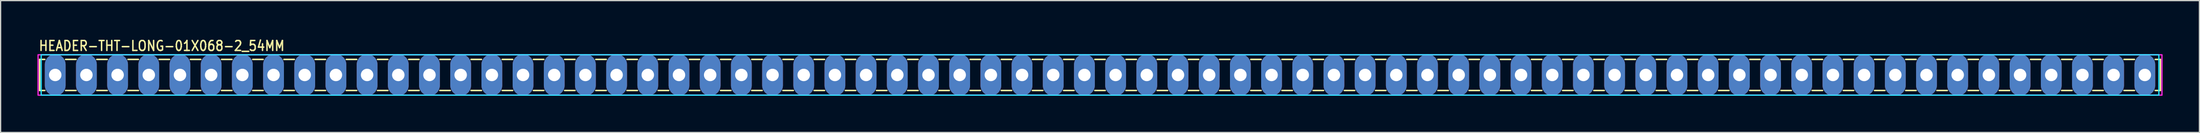
<source format=kicad_pcb>
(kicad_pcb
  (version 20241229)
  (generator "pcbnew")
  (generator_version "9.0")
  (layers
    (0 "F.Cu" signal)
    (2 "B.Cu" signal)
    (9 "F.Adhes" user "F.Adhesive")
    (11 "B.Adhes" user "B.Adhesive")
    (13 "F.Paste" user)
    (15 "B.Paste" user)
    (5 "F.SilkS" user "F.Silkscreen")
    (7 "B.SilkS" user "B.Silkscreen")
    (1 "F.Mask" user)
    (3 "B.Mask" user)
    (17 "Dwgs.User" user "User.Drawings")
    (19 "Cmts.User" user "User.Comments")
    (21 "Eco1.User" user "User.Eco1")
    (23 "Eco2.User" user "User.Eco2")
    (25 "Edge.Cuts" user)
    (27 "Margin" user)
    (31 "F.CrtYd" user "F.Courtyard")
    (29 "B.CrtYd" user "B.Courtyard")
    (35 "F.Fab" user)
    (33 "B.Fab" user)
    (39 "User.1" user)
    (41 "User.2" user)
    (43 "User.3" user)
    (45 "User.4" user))
  (footprint "HEADER-THT-LONG-01X068-2_54MM"
    (layer "F.Cu")
    (at 1.447 3.079)
    (property "Reference" "HEADER-THT-LONG-01X068-2_54MM" (at -1.4 -1.9 0) (unlocked yes) (layer "F.SilkS") (effects (font (size 0.813 0.695) (thickness 0.122)) (justify left bottom)))
    (fp_line (start -1.27 -1.27) (end -1.27 1.27) (stroke (width 0.127) (type solid)) (layer "F.SilkS"))
    (fp_line (start -1.27 1.27) (end -0.85 1.27) (stroke (width 0.127) (type solid)) (layer "F.SilkS"))
    (fp_line (start -0.85 -1.27) (end -1.27 -1.27) (stroke (width 0.127) (type solid)) (layer "F.SilkS"))
    (fp_line (start 0.85 -1.27) (end 1.69 -1.27) (stroke (width 0.127) (type solid)) (layer "F.SilkS"))
    (fp_line (start 0.85 1.27) (end 1.69 1.27) (stroke (width 0.127) (type solid)) (layer "F.SilkS"))
    (fp_line (start 3.39 -1.27) (end 4.23 -1.27) (stroke (width 0.127) (type solid)) (layer "F.SilkS"))
    (fp_line (start 3.39 1.27) (end 4.23 1.27) (stroke (width 0.127) (type solid)) (layer "F.SilkS"))
    (fp_line (start 5.93 -1.27) (end 6.77 -1.27) (stroke (width 0.127) (type solid)) (layer "F.SilkS"))
    (fp_line (start 5.93 1.27) (end 6.77 1.27) (stroke (width 0.127) (type solid)) (layer "F.SilkS"))
    (fp_line (start 8.47 -1.27) (end 9.31 -1.27) (stroke (width 0.127) (type solid)) (layer "F.SilkS"))
    (fp_line (start 8.47 1.27) (end 9.31 1.27) (stroke (width 0.127) (type solid)) (layer "F.SilkS"))
    (fp_line (start 11.01 -1.27) (end 11.85 -1.27) (stroke (width 0.127) (type solid)) (layer "F.SilkS"))
    (fp_line (start 11.01 1.27) (end 11.85 1.27) (stroke (width 0.127) (type solid)) (layer "F.SilkS"))
    (fp_line (start 13.55 -1.27) (end 14.39 -1.27) (stroke (width 0.127) (type solid)) (layer "F.SilkS"))
    (fp_line (start 13.55 1.27) (end 14.39 1.27) (stroke (width 0.127) (type solid)) (layer "F.SilkS"))
    (fp_line (start 16.09 -1.27) (end 16.93 -1.27) (stroke (width 0.127) (type solid)) (layer "F.SilkS"))
    (fp_line (start 16.09 1.27) (end 16.93 1.27) (stroke (width 0.127) (type solid)) (layer "F.SilkS"))
    (fp_line (start 18.63 -1.27) (end 19.47 -1.27) (stroke (width 0.127) (type solid)) (layer "F.SilkS"))
    (fp_line (start 18.63 1.27) (end 19.47 1.27) (stroke (width 0.127) (type solid)) (layer "F.SilkS"))
    (fp_line (start 21.17 -1.27) (end 22.01 -1.27) (stroke (width 0.127) (type solid)) (layer "F.SilkS"))
    (fp_line (start 21.17 1.27) (end 22.01 1.27) (stroke (width 0.127) (type solid)) (layer "F.SilkS"))
    (fp_line (start 23.71 -1.27) (end 24.55 -1.27) (stroke (width 0.127) (type solid)) (layer "F.SilkS"))
    (fp_line (start 23.71 1.27) (end 24.55 1.27) (stroke (width 0.127) (type solid)) (layer "F.SilkS"))
    (fp_line (start 26.25 -1.27) (end 27.09 -1.27) (stroke (width 0.127) (type solid)) (layer "F.SilkS"))
    (fp_line (start 26.25 1.27) (end 27.09 1.27) (stroke (width 0.127) (type solid)) (layer "F.SilkS"))
    (fp_line (start 28.79 -1.27) (end 29.63 -1.27) (stroke (width 0.127) (type solid)) (layer "F.SilkS"))
    (fp_line (start 28.79 1.27) (end 29.63 1.27) (stroke (width 0.127) (type solid)) (layer "F.SilkS"))
    (fp_line (start 31.33 -1.27) (end 32.17 -1.27) (stroke (width 0.127) (type solid)) (layer "F.SilkS"))
    (fp_line (start 31.33 1.27) (end 32.17 1.27) (stroke (width 0.127) (type solid)) (layer "F.SilkS"))
    (fp_line (start 33.87 -1.27) (end 34.71 -1.27) (stroke (width 0.127) (type solid)) (layer "F.SilkS"))
    (fp_line (start 33.87 1.27) (end 34.71 1.27) (stroke (width 0.127) (type solid)) (layer "F.SilkS"))
    (fp_line (start 36.41 -1.27) (end 37.25 -1.27) (stroke (width 0.127) (type solid)) (layer "F.SilkS"))
    (fp_line (start 36.41 1.27) (end 37.25 1.27) (stroke (width 0.127) (type solid)) (layer "F.SilkS"))
    (fp_line (start 38.95 -1.27) (end 39.79 -1.27) (stroke (width 0.127) (type solid)) (layer "F.SilkS"))
    (fp_line (start 38.95 1.27) (end 39.79 1.27) (stroke (width 0.127) (type solid)) (layer "F.SilkS"))
    (fp_line (start 41.49 -1.27) (end 42.33 -1.27) (stroke (width 0.127) (type solid)) (layer "F.SilkS"))
    (fp_line (start 41.49 1.27) (end 42.33 1.27) (stroke (width 0.127) (type solid)) (layer "F.SilkS"))
    (fp_line (start 44.03 -1.27) (end 44.87 -1.27) (stroke (width 0.127) (type solid)) (layer "F.SilkS"))
    (fp_line (start 44.03 1.27) (end 44.87 1.27) (stroke (width 0.127) (type solid)) (layer "F.SilkS"))
    (fp_line (start 46.57 -1.27) (end 47.41 -1.27) (stroke (width 0.127) (type solid)) (layer "F.SilkS"))
    (fp_line (start 46.57 1.27) (end 47.41 1.27) (stroke (width 0.127) (type solid)) (layer "F.SilkS"))
    (fp_line (start 49.11 -1.27) (end 49.95 -1.27) (stroke (width 0.127) (type solid)) (layer "F.SilkS"))
    (fp_line (start 49.11 1.27) (end 49.95 1.27) (stroke (width 0.127) (type solid)) (layer "F.SilkS"))
    (fp_line (start 51.65 -1.27) (end 52.49 -1.27) (stroke (width 0.127) (type solid)) (layer "F.SilkS"))
    (fp_line (start 51.65 1.27) (end 52.49 1.27) (stroke (width 0.127) (type solid)) (layer "F.SilkS"))
    (fp_line (start 54.19 -1.27) (end 55.03 -1.27) (stroke (width 0.127) (type solid)) (layer "F.SilkS"))
    (fp_line (start 54.19 1.27) (end 55.03 1.27) (stroke (width 0.127) (type solid)) (layer "F.SilkS"))
    (fp_line (start 56.73 -1.27) (end 57.57 -1.27) (stroke (width 0.127) (type solid)) (layer "F.SilkS"))
    (fp_line (start 56.73 1.27) (end 57.57 1.27) (stroke (width 0.127) (type solid)) (layer "F.SilkS"))
    (fp_line (start 59.27 -1.27) (end 60.11 -1.27) (stroke (width 0.127) (type solid)) (layer "F.SilkS"))
    (fp_line (start 59.27 1.27) (end 60.11 1.27) (stroke (width 0.127) (type solid)) (layer "F.SilkS"))
    (fp_line (start 61.81 -1.27) (end 62.65 -1.27) (stroke (width 0.127) (type solid)) (layer "F.SilkS"))
    (fp_line (start 61.81 1.27) (end 62.65 1.27) (stroke (width 0.127) (type solid)) (layer "F.SilkS"))
    (fp_line (start 64.35 -1.27) (end 65.19 -1.27) (stroke (width 0.127) (type solid)) (layer "F.SilkS"))
    (fp_line (start 64.35 1.27) (end 65.19 1.27) (stroke (width 0.127) (type solid)) (layer "F.SilkS"))
    (fp_line (start 66.89 -1.27) (end 67.73 -1.27) (stroke (width 0.127) (type solid)) (layer "F.SilkS"))
    (fp_line (start 66.89 1.27) (end 67.73 1.27) (stroke (width 0.127) (type solid)) (layer "F.SilkS"))
    (fp_line (start 69.43 -1.27) (end 70.27 -1.27) (stroke (width 0.127) (type solid)) (layer "F.SilkS"))
    (fp_line (start 69.43 1.27) (end 70.27 1.27) (stroke (width 0.127) (type solid)) (layer "F.SilkS"))
    (fp_line (start 71.97 -1.27) (end 72.81 -1.27) (stroke (width 0.127) (type solid)) (layer "F.SilkS"))
    (fp_line (start 71.97 1.27) (end 72.81 1.27) (stroke (width 0.127) (type solid)) (layer "F.SilkS"))
    (fp_line (start 74.51 -1.27) (end 75.35 -1.27) (stroke (width 0.127) (type solid)) (layer "F.SilkS"))
    (fp_line (start 74.51 1.27) (end 75.35 1.27) (stroke (width 0.127) (type solid)) (layer "F.SilkS"))
    (fp_line (start 77.05 -1.27) (end 77.89 -1.27) (stroke (width 0.127) (type solid)) (layer "F.SilkS"))
    (fp_line (start 77.05 1.27) (end 77.89 1.27) (stroke (width 0.127) (type solid)) (layer "F.SilkS"))
    (fp_line (start 79.59 -1.27) (end 80.43 -1.27) (stroke (width 0.127) (type solid)) (layer "F.SilkS"))
    (fp_line (start 79.59 1.27) (end 80.43 1.27) (stroke (width 0.127) (type solid)) (layer "F.SilkS"))
    (fp_line (start 82.13 -1.27) (end 82.97 -1.27) (stroke (width 0.127) (type solid)) (layer "F.SilkS"))
    (fp_line (start 82.13 1.27) (end 82.97 1.27) (stroke (width 0.127) (type solid)) (layer "F.SilkS"))
    (fp_line (start 84.67 -1.27) (end 85.51 -1.27) (stroke (width 0.127) (type solid)) (layer "F.SilkS"))
    (fp_line (start 84.67 1.27) (end 85.51 1.27) (stroke (width 0.127) (type solid)) (layer "F.SilkS"))
    (fp_line (start 87.21 -1.27) (end 88.05 -1.27) (stroke (width 0.127) (type solid)) (layer "F.SilkS"))
    (fp_line (start 87.21 1.27) (end 88.05 1.27) (stroke (width 0.127) (type solid)) (layer "F.SilkS"))
    (fp_line (start 89.75 -1.27) (end 90.59 -1.27) (stroke (width 0.127) (type solid)) (layer "F.SilkS"))
    (fp_line (start 89.75 1.27) (end 90.59 1.27) (stroke (width 0.127) (type solid)) (layer "F.SilkS"))
    (fp_line (start 92.29 -1.27) (end 93.13 -1.27) (stroke (width 0.127) (type solid)) (layer "F.SilkS"))
    (fp_line (start 92.29 1.27) (end 93.13 1.27) (stroke (width 0.127) (type solid)) (layer "F.SilkS"))
    (fp_line (start 94.83 -1.27) (end 95.67 -1.27) (stroke (width 0.127) (type solid)) (layer "F.SilkS"))
    (fp_line (start 94.83 1.27) (end 95.67 1.27) (stroke (width 0.127) (type solid)) (layer "F.SilkS"))
    (fp_line (start 97.37 -1.27) (end 98.21 -1.27) (stroke (width 0.127) (type solid)) (layer "F.SilkS"))
    (fp_line (start 97.37 1.27) (end 98.21 1.27) (stroke (width 0.127) (type solid)) (layer "F.SilkS"))
    (fp_line (start 99.91 -1.27) (end 100.75 -1.27) (stroke (width 0.127) (type solid)) (layer "F.SilkS"))
    (fp_line (start 99.91 1.27) (end 100.75 1.27) (stroke (width 0.127) (type solid)) (layer "F.SilkS"))
    (fp_line (start 102.45 -1.27) (end 103.29 -1.27) (stroke (width 0.127) (type solid)) (layer "F.SilkS"))
    (fp_line (start 102.45 1.27) (end 103.29 1.27) (stroke (width 0.127) (type solid)) (layer "F.SilkS"))
    (fp_line (start 104.99 -1.27) (end 105.83 -1.27) (stroke (width 0.127) (type solid)) (layer "F.SilkS"))
    (fp_line (start 104.99 1.27) (end 105.83 1.27) (stroke (width 0.127) (type solid)) (layer "F.SilkS"))
    (fp_line (start 107.53 -1.27) (end 108.37 -1.27) (stroke (width 0.127) (type solid)) (layer "F.SilkS"))
    (fp_line (start 107.53 1.27) (end 108.37 1.27) (stroke (width 0.127) (type solid)) (layer "F.SilkS"))
    (fp_line (start 110.07 -1.27) (end 110.91 -1.27) (stroke (width 0.127) (type solid)) (layer "F.SilkS"))
    (fp_line (start 110.07 1.27) (end 110.91 1.27) (stroke (width 0.127) (type solid)) (layer "F.SilkS"))
    (fp_line (start 112.61 -1.27) (end 113.45 -1.27) (stroke (width 0.127) (type solid)) (layer "F.SilkS"))
    (fp_line (start 112.61 1.27) (end 113.45 1.27) (stroke (width 0.127) (type solid)) (layer "F.SilkS"))
    (fp_line (start 115.15 -1.27) (end 115.99 -1.27) (stroke (width 0.127) (type solid)) (layer "F.SilkS"))
    (fp_line (start 115.15 1.27) (end 115.99 1.27) (stroke (width 0.127) (type solid)) (layer "F.SilkS"))
    (fp_line (start 117.69 -1.27) (end 118.53 -1.27) (stroke (width 0.127) (type solid)) (layer "F.SilkS"))
    (fp_line (start 117.69 1.27) (end 118.53 1.27) (stroke (width 0.127) (type solid)) (layer "F.SilkS"))
    (fp_line (start 120.23 -1.27) (end 121.07 -1.27) (stroke (width 0.127) (type solid)) (layer "F.SilkS"))
    (fp_line (start 120.23 1.27) (end 121.07 1.27) (stroke (width 0.127) (type solid)) (layer "F.SilkS"))
    (fp_line (start 122.77 -1.27) (end 123.61 -1.27) (stroke (width 0.127) (type solid)) (layer "F.SilkS"))
    (fp_line (start 122.77 1.27) (end 123.61 1.27) (stroke (width 0.127) (type solid)) (layer "F.SilkS"))
    (fp_line (start 125.31 -1.27) (end 126.15 -1.27) (stroke (width 0.127) (type solid)) (layer "F.SilkS"))
    (fp_line (start 125.31 1.27) (end 126.15 1.27) (stroke (width 0.127) (type solid)) (layer "F.SilkS"))
    (fp_line (start 127.85 -1.27) (end 128.69 -1.27) (stroke (width 0.127) (type solid)) (layer "F.SilkS"))
    (fp_line (start 127.85 1.27) (end 128.69 1.27) (stroke (width 0.127) (type solid)) (layer "F.SilkS"))
    (fp_line (start 130.39 -1.27) (end 131.23 -1.27) (stroke (width 0.127) (type solid)) (layer "F.SilkS"))
    (fp_line (start 130.39 1.27) (end 131.23 1.27) (stroke (width 0.127) (type solid)) (layer "F.SilkS"))
    (fp_line (start 132.93 -1.27) (end 133.77 -1.27) (stroke (width 0.127) (type solid)) (layer "F.SilkS"))
    (fp_line (start 132.93 1.27) (end 133.77 1.27) (stroke (width 0.127) (type solid)) (layer "F.SilkS"))
    (fp_line (start 135.47 -1.27) (end 136.31 -1.27) (stroke (width 0.127) (type solid)) (layer "F.SilkS"))
    (fp_line (start 135.47 1.27) (end 136.31 1.27) (stroke (width 0.127) (type solid)) (layer "F.SilkS"))
    (fp_line (start 138.01 -1.27) (end 138.85 -1.27) (stroke (width 0.127) (type solid)) (layer "F.SilkS"))
    (fp_line (start 138.01 1.27) (end 138.85 1.27) (stroke (width 0.127) (type solid)) (layer "F.SilkS"))
    (fp_line (start 140.55 -1.27) (end 141.39 -1.27) (stroke (width 0.127) (type solid)) (layer "F.SilkS"))
    (fp_line (start 140.55 1.27) (end 141.39 1.27) (stroke (width 0.127) (type solid)) (layer "F.SilkS"))
    (fp_line (start 143.09 -1.27) (end 143.93 -1.27) (stroke (width 0.127) (type solid)) (layer "F.SilkS"))
    (fp_line (start 143.09 1.27) (end 143.93 1.27) (stroke (width 0.127) (type solid)) (layer "F.SilkS"))
    (fp_line (start 145.63 -1.27) (end 146.47 -1.27) (stroke (width 0.127) (type solid)) (layer "F.SilkS"))
    (fp_line (start 145.63 1.27) (end 146.47 1.27) (stroke (width 0.127) (type solid)) (layer "F.SilkS"))
    (fp_line (start 148.17 -1.27) (end 149.01 -1.27) (stroke (width 0.127) (type solid)) (layer "F.SilkS"))
    (fp_line (start 148.17 1.27) (end 149.01 1.27) (stroke (width 0.127) (type solid)) (layer "F.SilkS"))
    (fp_line (start 150.71 -1.27) (end 151.55 -1.27) (stroke (width 0.127) (type solid)) (layer "F.SilkS"))
    (fp_line (start 150.71 1.27) (end 151.55 1.27) (stroke (width 0.127) (type solid)) (layer "F.SilkS"))
    (fp_line (start 153.25 -1.27) (end 154.09 -1.27) (stroke (width 0.127) (type solid)) (layer "F.SilkS"))
    (fp_line (start 153.25 1.27) (end 154.09 1.27) (stroke (width 0.127) (type solid)) (layer "F.SilkS"))
    (fp_line (start 155.79 -1.27) (end 156.63 -1.27) (stroke (width 0.127) (type solid)) (layer "F.SilkS"))
    (fp_line (start 155.79 1.27) (end 156.63 1.27) (stroke (width 0.127) (type solid)) (layer "F.SilkS"))
    (fp_line (start 158.33 -1.27) (end 159.17 -1.27) (stroke (width 0.127) (type solid)) (layer "F.SilkS"))
    (fp_line (start 158.33 1.27) (end 159.17 1.27) (stroke (width 0.127) (type solid)) (layer "F.SilkS"))
    (fp_line (start 160.87 -1.27) (end 161.71 -1.27) (stroke (width 0.127) (type solid)) (layer "F.SilkS"))
    (fp_line (start 160.87 1.27) (end 161.71 1.27) (stroke (width 0.127) (type solid)) (layer "F.SilkS"))
    (fp_line (start 163.41 -1.27) (end 164.25 -1.27) (stroke (width 0.127) (type solid)) (layer "F.SilkS"))
    (fp_line (start 163.41 1.27) (end 164.25 1.27) (stroke (width 0.127) (type solid)) (layer "F.SilkS"))
    (fp_line (start 165.95 -1.27) (end 166.79 -1.27) (stroke (width 0.127) (type solid)) (layer "F.SilkS"))
    (fp_line (start 165.95 1.27) (end 166.79 1.27) (stroke (width 0.127) (type solid)) (layer "F.SilkS"))
    (fp_line (start 168.49 -1.27) (end 169.33 -1.27) (stroke (width 0.127) (type solid)) (layer "F.SilkS"))
    (fp_line (start 168.49 1.27) (end 169.33 1.27) (stroke (width 0.127) (type solid)) (layer "F.SilkS"))
    (fp_line (start 171.03 -1.27) (end 171.45 -1.27) (stroke (width 0.127) (type solid)) (layer "F.SilkS"))
    (fp_line (start 171.45 -1.27) (end 171.45 1.27) (stroke (width 0.127) (type solid)) (layer "F.SilkS"))
    (fp_line (start 171.45 1.27) (end 171.03 1.27) (stroke (width 0.127) (type solid)) (layer "F.SilkS"))
    (fp_poly (pts (xy -1.143 -1.651) (xy 171.323 -1.651) (xy 171.323 1.651) (xy -1.143 1.651)) (stroke (width 0.1) (type solid)) (fill no) (layer "B.CrtYd"))
    (fp_poly (pts (xy -1.397 -1.651) (xy 171.577 -1.651) (xy 171.577 1.651) (xy -1.397 1.651)) (stroke (width 0.1) (type solid)) (fill no) (layer "F.CrtYd"))
    (pad "1" thru_hole oval (at 0 0 90) (size 3.387 1.693) (drill 1.016) (layers "*.Cu" "*.Mask"))
    (pad "2" thru_hole oval (at 2.54 0 90) (size 3.387 1.693) (drill 1.016) (layers "*.Cu" "*.Mask"))
    (pad "3" thru_hole oval (at 5.08 0 90) (size 3.387 1.693) (drill 1.016) (layers "*.Cu" "*.Mask"))
    (pad "4" thru_hole oval (at 7.62 0 90) (size 3.387 1.693) (drill 1.016) (layers "*.Cu" "*.Mask"))
    (pad "5" thru_hole oval (at 10.16 0 90) (size 3.387 1.693) (drill 1.016) (layers "*.Cu" "*.Mask"))
    (pad "6" thru_hole oval (at 12.7 0 90) (size 3.387 1.693) (drill 1.016) (layers "*.Cu" "*.Mask"))
    (pad "7" thru_hole oval (at 15.24 0 90) (size 3.387 1.693) (drill 1.016) (layers "*.Cu" "*.Mask"))
    (pad "8" thru_hole oval (at 17.78 0 90) (size 3.387 1.693) (drill 1.016) (layers "*.Cu" "*.Mask"))
    (pad "9" thru_hole oval (at 20.32 0 90) (size 3.387 1.693) (drill 1.016) (layers "*.Cu" "*.Mask"))
    (pad "10" thru_hole oval (at 22.86 0 90) (size 3.387 1.693) (drill 1.016) (layers "*.Cu" "*.Mask"))
    (pad "11" thru_hole oval (at 25.4 0 90) (size 3.387 1.693) (drill 1.016) (layers "*.Cu" "*.Mask"))
    (pad "12" thru_hole oval (at 27.94 0 90) (size 3.387 1.693) (drill 1.016) (layers "*.Cu" "*.Mask"))
    (pad "13" thru_hole oval (at 30.48 0 90) (size 3.387 1.693) (drill 1.016) (layers "*.Cu" "*.Mask"))
    (pad "14" thru_hole oval (at 33.02 0 90) (size 3.387 1.693) (drill 1.016) (layers "*.Cu" "*.Mask"))
    (pad "15" thru_hole oval (at 35.56 0 90) (size 3.387 1.693) (drill 1.016) (layers "*.Cu" "*.Mask"))
    (pad "16" thru_hole oval (at 38.1 0 90) (size 3.387 1.693) (drill 1.016) (layers "*.Cu" "*.Mask"))
    (pad "17" thru_hole oval (at 40.64 0 90) (size 3.387 1.693) (drill 1.016) (layers "*.Cu" "*.Mask"))
    (pad "18" thru_hole oval (at 43.18 0 90) (size 3.387 1.693) (drill 1.016) (layers "*.Cu" "*.Mask"))
    (pad "19" thru_hole oval (at 45.72 0 90) (size 3.387 1.693) (drill 1.016) (layers "*.Cu" "*.Mask"))
    (pad "20" thru_hole oval (at 48.26 0 90) (size 3.387 1.693) (drill 1.016) (layers "*.Cu" "*.Mask"))
    (pad "21" thru_hole oval (at 50.8 0 90) (size 3.387 1.693) (drill 1.016) (layers "*.Cu" "*.Mask"))
    (pad "22" thru_hole oval (at 53.34 0 90) (size 3.387 1.693) (drill 1.016) (layers "*.Cu" "*.Mask"))
    (pad "23" thru_hole oval (at 55.88 0 90) (size 3.387 1.693) (drill 1.016) (layers "*.Cu" "*.Mask"))
    (pad "24" thru_hole oval (at 58.42 0 90) (size 3.387 1.693) (drill 1.016) (layers "*.Cu" "*.Mask"))
    (pad "25" thru_hole oval (at 60.96 0 90) (size 3.387 1.693) (drill 1.016) (layers "*.Cu" "*.Mask"))
    (pad "26" thru_hole oval (at 63.5 0 90) (size 3.387 1.693) (drill 1.016) (layers "*.Cu" "*.Mask"))
    (pad "27" thru_hole oval (at 66.04 0 90) (size 3.387 1.693) (drill 1.016) (layers "*.Cu" "*.Mask"))
    (pad "28" thru_hole oval (at 68.58 0 90) (size 3.387 1.693) (drill 1.016) (layers "*.Cu" "*.Mask"))
    (pad "29" thru_hole oval (at 71.12 0 90) (size 3.387 1.693) (drill 1.016) (layers "*.Cu" "*.Mask"))
    (pad "30" thru_hole oval (at 73.66 0 90) (size 3.387 1.693) (drill 1.016) (layers "*.Cu" "*.Mask"))
    (pad "31" thru_hole oval (at 76.2 0 90) (size 3.387 1.693) (drill 1.016) (layers "*.Cu" "*.Mask"))
    (pad "32" thru_hole oval (at 78.74 0 90) (size 3.387 1.693) (drill 1.016) (layers "*.Cu" "*.Mask"))
    (pad "33" thru_hole oval (at 81.28 0 90) (size 3.387 1.693) (drill 1.016) (layers "*.Cu" "*.Mask"))
    (pad "34" thru_hole oval (at 83.82 0 90) (size 3.387 1.693) (drill 1.016) (layers "*.Cu" "*.Mask"))
    (pad "35" thru_hole oval (at 86.36 0 90) (size 3.387 1.693) (drill 1.016) (layers "*.Cu" "*.Mask"))
    (pad "36" thru_hole oval (at 88.9 0 90) (size 3.387 1.693) (drill 1.016) (layers "*.Cu" "*.Mask"))
    (pad "37" thru_hole oval (at 91.44 0 90) (size 3.387 1.693) (drill 1.016) (layers "*.Cu" "*.Mask"))
    (pad "38" thru_hole oval (at 93.98 0 90) (size 3.387 1.693) (drill 1.016) (layers "*.Cu" "*.Mask"))
    (pad "39" thru_hole oval (at 96.52 0 90) (size 3.387 1.693) (drill 1.016) (layers "*.Cu" "*.Mask"))
    (pad "40" thru_hole oval (at 99.06 0 90) (size 3.387 1.693) (drill 1.016) (layers "*.Cu" "*.Mask"))
    (pad "41" thru_hole oval (at 101.6 0 90) (size 3.387 1.693) (drill 1.016) (layers "*.Cu" "*.Mask"))
    (pad "42" thru_hole oval (at 104.14 0 90) (size 3.387 1.693) (drill 1.016) (layers "*.Cu" "*.Mask"))
    (pad "43" thru_hole oval (at 106.68 0 90) (size 3.387 1.693) (drill 1.016) (layers "*.Cu" "*.Mask"))
    (pad "44" thru_hole oval (at 109.22 0 90) (size 3.387 1.693) (drill 1.016) (layers "*.Cu" "*.Mask"))
    (pad "45" thru_hole oval (at 111.76 0 90) (size 3.387 1.693) (drill 1.016) (layers "*.Cu" "*.Mask"))
    (pad "46" thru_hole oval (at 114.3 0 90) (size 3.387 1.693) (drill 1.016) (layers "*.Cu" "*.Mask"))
    (pad "47" thru_hole oval (at 116.84 0 90) (size 3.387 1.693) (drill 1.016) (layers "*.Cu" "*.Mask"))
    (pad "48" thru_hole oval (at 119.38 0 90) (size 3.387 1.693) (drill 1.016) (layers "*.Cu" "*.Mask"))
    (pad "49" thru_hole oval (at 121.92 0 90) (size 3.387 1.693) (drill 1.016) (layers "*.Cu" "*.Mask"))
    (pad "50" thru_hole oval (at 124.46 0 90) (size 3.387 1.693) (drill 1.016) (layers "*.Cu" "*.Mask"))
    (pad "51" thru_hole oval (at 127 0 90) (size 3.387 1.693) (drill 1.016) (layers "*.Cu" "*.Mask"))
    (pad "52" thru_hole oval (at 129.54 0 90) (size 3.387 1.693) (drill 1.016) (layers "*.Cu" "*.Mask"))
    (pad "53" thru_hole oval (at 132.08 0 90) (size 3.387 1.693) (drill 1.016) (layers "*.Cu" "*.Mask"))
    (pad "54" thru_hole oval (at 134.62 0 90) (size 3.387 1.693) (drill 1.016) (layers "*.Cu" "*.Mask"))
    (pad "55" thru_hole oval (at 137.16 0 90) (size 3.387 1.693) (drill 1.016) (layers "*.Cu" "*.Mask"))
    (pad "56" thru_hole oval (at 139.7 0 90) (size 3.387 1.693) (drill 1.016) (layers "*.Cu" "*.Mask"))
    (pad "57" thru_hole oval (at 142.24 0 90) (size 3.387 1.693) (drill 1.016) (layers "*.Cu" "*.Mask"))
    (pad "58" thru_hole oval (at 144.78 0 90) (size 3.387 1.693) (drill 1.016) (layers "*.Cu" "*.Mask"))
    (pad "59" thru_hole oval (at 147.32 0 90) (size 3.387 1.693) (drill 1.016) (layers "*.Cu" "*.Mask"))
    (pad "60" thru_hole oval (at 149.86 0 90) (size 3.387 1.693) (drill 1.016) (layers "*.Cu" "*.Mask"))
    (pad "61" thru_hole oval (at 152.4 0 90) (size 3.387 1.693) (drill 1.016) (layers "*.Cu" "*.Mask"))
    (pad "62" thru_hole oval (at 154.94 0 90) (size 3.387 1.693) (drill 1.016) (layers "*.Cu" "*.Mask"))
    (pad "63" thru_hole oval (at 157.48 0 90) (size 3.387 1.693) (drill 1.016) (layers "*.Cu" "*.Mask"))
    (pad "64" thru_hole oval (at 160.02 0 90) (size 3.387 1.693) (drill 1.016) (layers "*.Cu" "*.Mask"))
    (pad "65" thru_hole oval (at 162.56 0 90) (size 3.387 1.693) (drill 1.016) (layers "*.Cu" "*.Mask"))
    (pad "66" thru_hole oval (at 165.1 0 90) (size 3.387 1.693) (drill 1.016) (layers "*.Cu" "*.Mask"))
    (pad "67" thru_hole oval (at 167.64 0 90) (size 3.387 1.693) (drill 1.016) (layers "*.Cu" "*.Mask"))
    (pad "68" thru_hole oval (at 170.18 0 90) (size 3.387 1.693) (drill 1.016) (layers "*.Cu" "*.Mask")))
  (gr_rect
    (start -3 -3)
    (end 176.074 7.78)
    (stroke (width 0.1) (type default))
    (fill no)
    (layer "Edge.Cuts")))
</source>
